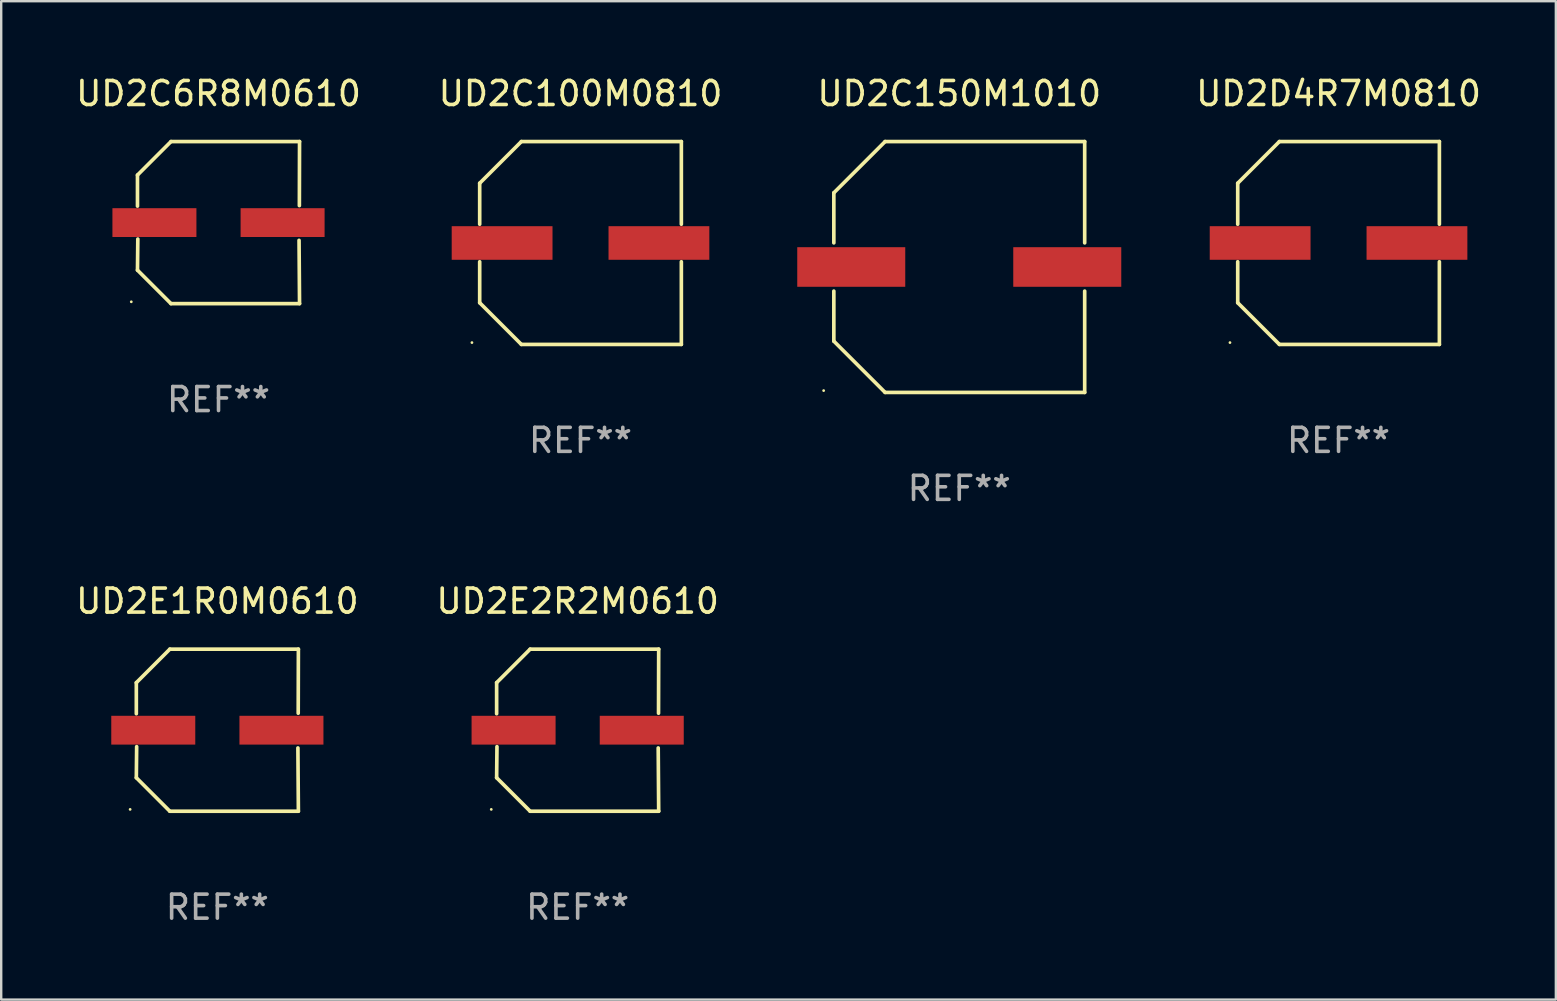
<source format=kicad_pcb>
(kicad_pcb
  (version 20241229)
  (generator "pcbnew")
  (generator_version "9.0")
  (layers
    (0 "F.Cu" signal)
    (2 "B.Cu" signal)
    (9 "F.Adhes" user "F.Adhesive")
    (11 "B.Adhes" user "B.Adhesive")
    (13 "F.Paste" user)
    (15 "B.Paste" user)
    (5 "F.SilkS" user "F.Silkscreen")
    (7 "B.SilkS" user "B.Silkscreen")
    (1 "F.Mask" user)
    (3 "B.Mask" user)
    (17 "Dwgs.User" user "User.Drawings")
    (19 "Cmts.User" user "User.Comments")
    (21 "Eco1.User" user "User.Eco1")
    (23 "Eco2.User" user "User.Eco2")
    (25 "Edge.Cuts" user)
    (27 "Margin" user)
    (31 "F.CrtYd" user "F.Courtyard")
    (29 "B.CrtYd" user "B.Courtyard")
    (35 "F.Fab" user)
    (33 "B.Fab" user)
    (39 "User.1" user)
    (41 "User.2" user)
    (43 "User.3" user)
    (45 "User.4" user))
  (footprint "UD2E1R0M0610"
    (layer "F.Cu")
    (at 6.006 27.373)
    (property "Reference" "UD2E1R0M0610" (at 0 -5.376 0) (layer "F.SilkS") (effects (font (size 1 1) (thickness 0.15))))
    (attr through_hole)
    (fp_line (start -3.376 -1.98) (end -3.376 -0.686) (stroke (width 0.152) (type solid)) (layer "F.SilkS"))
    (fp_line (start -3.376 1.981) (end -3.362 0.686) (stroke (width 0.152) (type solid)) (layer "F.SilkS"))
    (fp_line (start -1.981 3.376) (end -3.376 1.981) (stroke (width 0.152) (type solid)) (layer "F.SilkS"))
    (fp_line (start -1.98 -3.376) (end -3.376 -1.98) (stroke (width 0.152) (type solid)) (layer "F.SilkS"))
    (fp_line (start 3.356 0.74) (end 3.376 3.376) (stroke (width 0.152) (type solid)) (layer "F.SilkS"))
    (fp_line (start 3.369 -0.707) (end 3.376 -3.376) (stroke (width 0.152) (type solid)) (layer "F.SilkS"))
    (fp_line (start 3.376 3.376) (end -1.981 3.376) (stroke (width 0.152) (type solid)) (layer "F.SilkS"))
    (fp_line (start 3.376 -3.376) (end -1.98 -3.376) (stroke (width 0.152) (type solid)) (layer "F.SilkS"))
    (fp_circle (center -3.634 3.3) (end -3.604 3.3) (stroke (width 0.06) (type solid)) (fill no) (layer "F.SilkS"))
    (fp_text user "REF**" (at 0 7.376 0) (layer "F.Fab") (effects (font (size 1 1) (thickness 0.15))))
    (pad "1" smd rect (at -2.67 0.000254) (size 3.5 1.2) (layers "F.Cu" "F.Mask" "F.Paste"))
    (pad "2" smd rect (at 2.67 0.000254) (size 3.5 1.2) (layers "F.Cu" "F.Mask" "F.Paste")))
  (footprint "UD2E2R2M0610"
    (layer "F.Cu")
    (at 21.018 27.373)
    (property "Reference" "UD2E2R2M0610" (at 0 -5.376 0) (layer "F.SilkS") (effects (font (size 1 1) (thickness 0.15))))
    (attr through_hole)
    (fp_line (start -3.376 -1.98) (end -3.376 -0.686) (stroke (width 0.152) (type solid)) (layer "F.SilkS"))
    (fp_line (start -3.376 1.981) (end -3.362 0.686) (stroke (width 0.152) (type solid)) (layer "F.SilkS"))
    (fp_line (start -1.981 3.376) (end -3.376 1.981) (stroke (width 0.152) (type solid)) (layer "F.SilkS"))
    (fp_line (start -1.98 -3.376) (end -3.376 -1.98) (stroke (width 0.152) (type solid)) (layer "F.SilkS"))
    (fp_line (start 3.356 0.74) (end 3.376 3.376) (stroke (width 0.152) (type solid)) (layer "F.SilkS"))
    (fp_line (start 3.369 -0.707) (end 3.376 -3.376) (stroke (width 0.152) (type solid)) (layer "F.SilkS"))
    (fp_line (start 3.376 3.376) (end -1.981 3.376) (stroke (width 0.152) (type solid)) (layer "F.SilkS"))
    (fp_line (start 3.376 -3.376) (end -1.98 -3.376) (stroke (width 0.152) (type solid)) (layer "F.SilkS"))
    (fp_circle (center -3.6 3.3) (end -3.57 3.3) (stroke (width 0.06) (type solid)) (fill no) (layer "F.SilkS"))
    (fp_text user "REF**" (at 0 7.376 0) (layer "F.Fab") (effects (font (size 1 1) (thickness 0.15))))
    (pad "1" smd rect (at -2.67 0.000381) (size 3.5 1.2) (layers "F.Cu" "F.Mask" "F.Paste"))
    (pad "2" smd rect (at 2.67 0.000381) (size 3.5 1.2) (layers "F.Cu" "F.Mask" "F.Paste")))
  (footprint "UD2C150M1010"
    (layer "F.Cu")
    (at 36.917 8.074)
    (property "Reference" "UD2C150M1010" (at 0 -7.226 0) (layer "F.SilkS") (effects (font (size 1 1) (thickness 0.15))))
    (attr through_hole)
    (fp_line (start -5.226 -3.09) (end -5.226 -1.005) (stroke (width 0.152) (type solid)) (layer "F.SilkS"))
    (fp_line (start -5.226 1.005) (end -5.226 3.09) (stroke (width 0.152) (type solid)) (layer "F.SilkS"))
    (fp_line (start -3.09 -5.226) (end -5.226 -3.09) (stroke (width 0.152) (type solid)) (layer "F.SilkS"))
    (fp_line (start -3.09 5.226) (end -5.226 3.09) (stroke (width 0.152) (type solid)) (layer "F.SilkS"))
    (fp_line (start 5.226 -5.226) (end -3.09 -5.226) (stroke (width 0.152) (type solid)) (layer "F.SilkS"))
    (fp_line (start 5.226 -1.005) (end 5.226 -5.226) (stroke (width 0.152) (type solid)) (layer "F.SilkS"))
    (fp_line (start 5.226 5.226) (end -3.09 5.226) (stroke (width 0.152) (type solid)) (layer "F.SilkS"))
    (fp_line (start 5.226 5.226) (end 5.226 1.005) (stroke (width 0.152) (type solid)) (layer "F.SilkS"))
    (fp_circle (center -5.65 5.15) (end -5.62 5.15) (stroke (width 0.06) (type solid)) (fill no) (layer "F.SilkS"))
    (fp_text user "REF**" (at 0 9.226 0) (layer "F.Fab") (effects (font (size 1 1) (thickness 0.15))))
    (pad "1" smd rect (at -4.5 0) (size 4.5 1.65) (layers "F.Cu" "F.Mask" "F.Paste"))
    (pad "2" smd rect (at 4.5 0) (size 4.5 1.65) (layers "F.Cu" "F.Mask" "F.Paste")))
  (footprint "UD2C100M0810"
    (layer "F.Cu")
    (at 21.137 7.074)
    (property "Reference" "UD2C100M0810" (at 0 -6.226 0) (layer "F.SilkS") (effects (font (size 1 1) (thickness 0.15))))
    (attr through_hole)
    (fp_line (start -4.201 -2.49) (end -4.201 -0.782) (stroke (width 0.152) (type solid)) (layer "F.SilkS"))
    (fp_line (start -4.201 2.49) (end -4.201 0.782) (stroke (width 0.152) (type solid)) (layer "F.SilkS"))
    (fp_line (start -2.465 -4.226) (end -4.201 -2.49) (stroke (width 0.152) (type solid)) (layer "F.SilkS"))
    (fp_line (start -2.465 4.226) (end -4.201 2.49) (stroke (width 0.152) (type solid)) (layer "F.SilkS"))
    (fp_line (start 4.201 -4.226) (end -2.465 -4.226) (stroke (width 0.152) (type solid)) (layer "F.SilkS"))
    (fp_line (start 4.201 -0.782) (end 4.201 -4.226) (stroke (width 0.152) (type solid)) (layer "F.SilkS"))
    (fp_line (start 4.201 0.782) (end 4.201 4.226) (stroke (width 0.152) (type solid)) (layer "F.SilkS"))
    (fp_line (start 4.201 4.226) (end -2.465 4.226) (stroke (width 0.152) (type solid)) (layer "F.SilkS"))
    (fp_circle (center -4.524 4.15) (end -4.494 4.15) (stroke (width 0.06) (type solid)) (fill no) (layer "F.SilkS"))
    (fp_text user "REF**" (at 0 8.226 0) (layer "F.Fab") (effects (font (size 1 1) (thickness 0.15))))
    (pad "1" smd rect (at -3.267 0) (size 4.2 1.4) (layers "F.Cu" "F.Mask" "F.Paste"))
    (pad "2" smd rect (at 3.267 0) (size 4.2 1.4) (layers "F.Cu" "F.Mask" "F.Paste")))
  (footprint "UD2C6R8M0610"
    (layer "F.Cu")
    (at 6.054 6.224)
    (property "Reference" "UD2C6R8M0610" (at 0 -5.376 0) (layer "F.SilkS") (effects (font (size 1 1) (thickness 0.15))))
    (attr through_hole)
    (fp_line (start -3.376 -1.98) (end -3.376 -0.686) (stroke (width 0.152) (type solid)) (layer "F.SilkS"))
    (fp_line (start -3.376 1.981) (end -3.362 0.686) (stroke (width 0.152) (type solid)) (layer "F.SilkS"))
    (fp_line (start -1.981 3.376) (end -3.376 1.981) (stroke (width 0.152) (type solid)) (layer "F.SilkS"))
    (fp_line (start -1.98 -3.376) (end -3.376 -1.98) (stroke (width 0.152) (type solid)) (layer "F.SilkS"))
    (fp_line (start 3.356 0.74) (end 3.376 3.376) (stroke (width 0.152) (type solid)) (layer "F.SilkS"))
    (fp_line (start 3.369 -0.707) (end 3.376 -3.376) (stroke (width 0.152) (type solid)) (layer "F.SilkS"))
    (fp_line (start 3.376 3.376) (end -1.981 3.376) (stroke (width 0.152) (type solid)) (layer "F.SilkS"))
    (fp_line (start 3.376 -3.376) (end -1.98 -3.376) (stroke (width 0.152) (type solid)) (layer "F.SilkS"))
    (fp_circle (center -3.634 3.3) (end -3.604 3.3) (stroke (width 0.06) (type solid)) (fill no) (layer "F.SilkS"))
    (fp_text user "REF**" (at 0 7.376 0) (layer "F.Fab") (effects (font (size 1 1) (thickness 0.15))))
    (pad "1" smd rect (at -2.67 0.000254) (size 3.5 1.2) (layers "F.Cu" "F.Mask" "F.Paste"))
    (pad "2" smd rect (at 2.67 0.000254) (size 3.5 1.2) (layers "F.Cu" "F.Mask" "F.Paste")))
  (footprint "UD2D4R7M0810"
    (layer "F.Cu")
    (at 52.72 7.074)
    (property "Reference" "UD2D4R7M0810" (at 0 -6.226 0) (layer "F.SilkS") (effects (font (size 1 1) (thickness 0.15))))
    (attr through_hole)
    (fp_line (start -4.201 -2.49) (end -4.201 -0.782) (stroke (width 0.152) (type solid)) (layer "F.SilkS"))
    (fp_line (start -4.201 2.49) (end -4.201 0.782) (stroke (width 0.152) (type solid)) (layer "F.SilkS"))
    (fp_line (start -2.465 -4.226) (end -4.201 -2.49) (stroke (width 0.152) (type solid)) (layer "F.SilkS"))
    (fp_line (start -2.465 4.226) (end -4.201 2.49) (stroke (width 0.152) (type solid)) (layer "F.SilkS"))
    (fp_line (start 4.201 -4.226) (end -2.465 -4.226) (stroke (width 0.152) (type solid)) (layer "F.SilkS"))
    (fp_line (start 4.201 -0.782) (end 4.201 -4.226) (stroke (width 0.152) (type solid)) (layer "F.SilkS"))
    (fp_line (start 4.201 0.782) (end 4.201 4.226) (stroke (width 0.152) (type solid)) (layer "F.SilkS"))
    (fp_line (start 4.201 4.226) (end -2.465 4.226) (stroke (width 0.152) (type solid)) (layer "F.SilkS"))
    (fp_circle (center -4.524 4.15) (end -4.494 4.15) (stroke (width 0.06) (type solid)) (fill no) (layer "F.SilkS"))
    (fp_text user "REF**" (at 0 8.226 0) (layer "F.Fab") (effects (font (size 1 1) (thickness 0.15))))
    (pad "1" smd rect (at -3.267 0) (size 4.2 1.4) (layers "F.Cu" "F.Mask" "F.Paste"))
    (pad "2" smd rect (at 3.267 0) (size 4.2 1.4) (layers "F.Cu" "F.Mask" "F.Paste")))
  (gr_rect
    (start -3 -3)
    (end 61.774 38.597)
    (stroke (width 0.1) (type default))
    (fill no)
    (layer "Edge.Cuts")))
</source>
